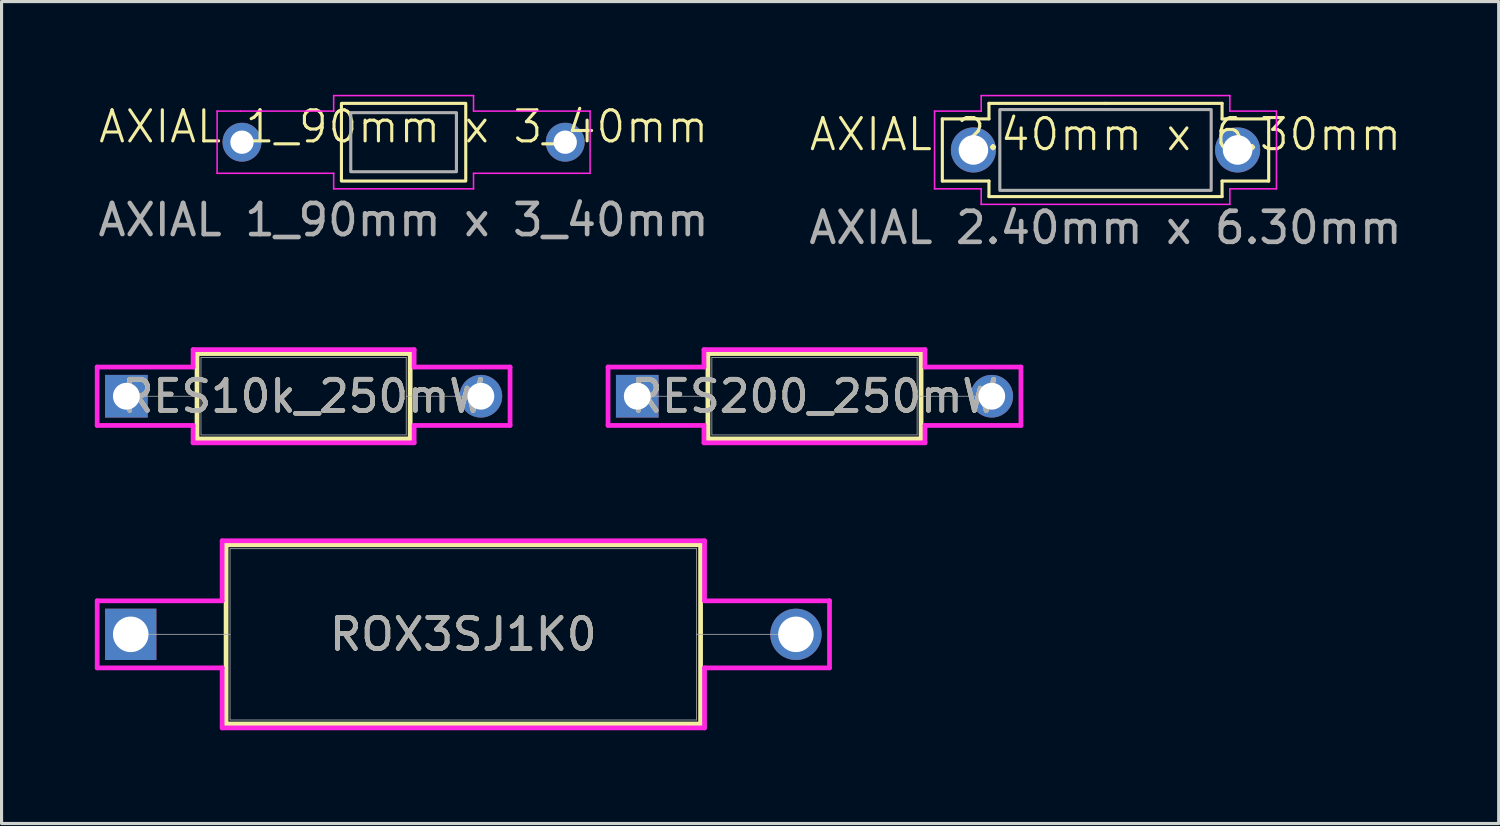
<source format=kicad_pcb>
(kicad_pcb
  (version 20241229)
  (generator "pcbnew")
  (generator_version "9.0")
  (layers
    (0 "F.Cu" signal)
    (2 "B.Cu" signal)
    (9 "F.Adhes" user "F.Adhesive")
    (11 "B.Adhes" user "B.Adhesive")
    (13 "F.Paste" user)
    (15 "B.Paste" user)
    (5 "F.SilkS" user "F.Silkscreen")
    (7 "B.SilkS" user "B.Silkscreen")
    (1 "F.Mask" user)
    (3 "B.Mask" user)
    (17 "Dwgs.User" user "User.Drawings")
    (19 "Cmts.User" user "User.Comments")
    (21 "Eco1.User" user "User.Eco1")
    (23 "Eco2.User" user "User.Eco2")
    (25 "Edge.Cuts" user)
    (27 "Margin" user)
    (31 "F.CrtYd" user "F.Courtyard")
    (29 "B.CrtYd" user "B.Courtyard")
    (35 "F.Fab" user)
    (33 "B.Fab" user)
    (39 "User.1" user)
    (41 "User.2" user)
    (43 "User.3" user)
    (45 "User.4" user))
  (footprint "RES10k_250mW"
    (layer "F.Cu")
    (at 1.016 9.698)
    (property "Reference" "RES10k_250mW" (at 5.702 0 0) (unlocked yes) (layer "F.SilkS") (effects (font (size 1 1) (thickness 0.15))))
    (attr through_hole)
    (fp_line (start 2.273 -1.372) (end 2.273 1.372) (stroke (width 0.152) (type solid)) (layer "F.SilkS"))
    (fp_line (start 2.273 1.372) (end 9.131 1.372) (stroke (width 0.152) (type solid)) (layer "F.SilkS"))
    (fp_line (start 9.131 -1.372) (end 2.273 -1.372) (stroke (width 0.152) (type solid)) (layer "F.SilkS"))
    (fp_line (start 9.131 1.372) (end 9.131 -1.372) (stroke (width 0.152) (type solid)) (layer "F.SilkS"))
    (fp_line (start -0.94 -0.94) (end 2.146 -0.94) (stroke (width 0.152) (type solid)) (layer "F.CrtYd"))
    (fp_line (start -0.94 0.94) (end -0.94 -0.94) (stroke (width 0.152) (type solid)) (layer "F.CrtYd"))
    (fp_line (start 2.146 -1.499) (end 9.258 -1.499) (stroke (width 0.152) (type solid)) (layer "F.CrtYd"))
    (fp_line (start 2.146 -0.94) (end 2.146 -1.499) (stroke (width 0.152) (type solid)) (layer "F.CrtYd"))
    (fp_line (start 2.146 0.94) (end -0.94 0.94) (stroke (width 0.152) (type solid)) (layer "F.CrtYd"))
    (fp_line (start 2.146 1.499) (end 2.146 0.94) (stroke (width 0.152) (type solid)) (layer "F.CrtYd"))
    (fp_line (start 9.258 -1.499) (end 9.258 -0.94) (stroke (width 0.152) (type solid)) (layer "F.CrtYd"))
    (fp_line (start 9.258 -0.94) (end 12.344 -0.94) (stroke (width 0.152) (type solid)) (layer "F.CrtYd"))
    (fp_line (start 9.258 0.94) (end 9.258 1.499) (stroke (width 0.152) (type solid)) (layer "F.CrtYd"))
    (fp_line (start 9.258 1.499) (end 2.146 1.499) (stroke (width 0.152) (type solid)) (layer "F.CrtYd"))
    (fp_line (start 12.344 -0.94) (end 12.344 0.94) (stroke (width 0.152) (type solid)) (layer "F.CrtYd"))
    (fp_line (start 12.344 0.94) (end 9.258 0.94) (stroke (width 0.152) (type solid)) (layer "F.CrtYd"))
    (fp_line (start 0 0) (end 2.4 0) (stroke (width 0.025) (type solid)) (layer "F.Fab"))
    (fp_line (start 2.4 -1.245) (end 2.4 1.245) (stroke (width 0.025) (type solid)) (layer "F.Fab"))
    (fp_line (start 2.4 1.245) (end 9.004 1.245) (stroke (width 0.025) (type solid)) (layer "F.Fab"))
    (fp_line (start 9.004 -1.245) (end 2.4 -1.245) (stroke (width 0.025) (type solid)) (layer "F.Fab"))
    (fp_line (start 9.004 1.245) (end 9.004 -1.245) (stroke (width 0.025) (type solid)) (layer "F.Fab"))
    (fp_line (start 11.405 0) (end 9.004 0) (stroke (width 0.025) (type solid)) (layer "F.Fab"))
    (fp_text user "${REFERENCE}" (at 5.702 0 0) (unlocked yes) (layer "F.Fab") (effects (font (size 1 1) (thickness 0.15))))
    (pad "1" thru_hole rect (at 0 0) (size 1.372 1.372) (drill 0.864) (layers "*.Cu" "*.Mask"))
    (pad "2" thru_hole circle (at 11.405 0) (size 1.372 1.372) (drill 0.864) (layers "*.Cu" "*.Mask")))
  (footprint "AXIAL 2.40mm x 6.30mm"
    (layer "F.Cu")
    (at 32.518 1.775)
    (property "Reference" "AXIAL 2.40mm x 6.30mm" (at 0 -0.5 0) (unlocked yes) (layer "F.SilkS") (effects (font (size 1 1) (thickness 0.1))))
    (attr through_hole)
    (fp_line (start -5.25 -1) (end -5.25 1) (stroke (width 0.1) (type default)) (layer "F.SilkS"))
    (fp_line (start -5.25 1) (end -3.75 1) (stroke (width 0.1) (type default)) (layer "F.SilkS"))
    (fp_line (start -3.75 -1.5) (end -3.75 -1) (stroke (width 0.1) (type default)) (layer "F.SilkS"))
    (fp_line (start -3.75 -1) (end -5.25 -1) (stroke (width 0.1) (type default)) (layer "F.SilkS"))
    (fp_line (start -3.75 1) (end -3.75 1.5) (stroke (width 0.1) (type default)) (layer "F.SilkS"))
    (fp_line (start -3.75 1.5) (end 3.75 1.5) (stroke (width 0.1) (type default)) (layer "F.SilkS"))
    (fp_line (start 0 -1.5) (end -3.75 -1.5) (stroke (width 0.1) (type default)) (layer "F.SilkS"))
    (fp_line (start 3.75 -1.5) (end 0 -1.5) (stroke (width 0.1) (type default)) (layer "F.SilkS"))
    (fp_line (start 3.75 -1) (end 3.75 -1.5) (stroke (width 0.1) (type default)) (layer "F.SilkS"))
    (fp_line (start 3.75 1) (end 5.25 1) (stroke (width 0.1) (type default)) (layer "F.SilkS"))
    (fp_line (start 3.75 1.5) (end 3.75 1) (stroke (width 0.1) (type default)) (layer "F.SilkS"))
    (fp_line (start 5.25 -1) (end 3.75 -1) (stroke (width 0.1) (type default)) (layer "F.SilkS"))
    (fp_line (start 5.25 1) (end 5.25 -1) (stroke (width 0.1) (type default)) (layer "F.SilkS"))
    (fp_line (start -5.5 -1.25) (end -5.5 1.25) (stroke (width 0.05) (type default)) (layer "F.CrtYd"))
    (fp_line (start -5.5 1.25) (end -4 1.25) (stroke (width 0.05) (type default)) (layer "F.CrtYd"))
    (fp_line (start -4 -1.75) (end -4 -1.25) (stroke (width 0.05) (type default)) (layer "F.CrtYd"))
    (fp_line (start -4 -1.25) (end -5.5 -1.25) (stroke (width 0.05) (type default)) (layer "F.CrtYd"))
    (fp_line (start -4 1.25) (end -4 1.75) (stroke (width 0.05) (type default)) (layer "F.CrtYd"))
    (fp_line (start -4 1.75) (end 4 1.75) (stroke (width 0.05) (type default)) (layer "F.CrtYd"))
    (fp_line (start 4 -1.75) (end -4 -1.75) (stroke (width 0.05) (type default)) (layer "F.CrtYd"))
    (fp_line (start 4 -1.25) (end 4 -1.75) (stroke (width 0.05) (type default)) (layer "F.CrtYd"))
    (fp_line (start 4 1.25) (end 5.5 1.25) (stroke (width 0.05) (type default)) (layer "F.CrtYd"))
    (fp_line (start 4 1.75) (end 4 1.25) (stroke (width 0.05) (type default)) (layer "F.CrtYd"))
    (fp_line (start 5.5 -1.25) (end 4 -1.25) (stroke (width 0.05) (type default)) (layer "F.CrtYd"))
    (fp_line (start 5.5 1.25) (end 5.5 -1.25) (stroke (width 0.05) (type default)) (layer "F.CrtYd"))
    (fp_rect (start -3.4 -1.3) (end 3.4 1.3) (stroke (width 0.1) (type default)) (fill no) (layer "F.Fab"))
    (fp_text user "${REFERENCE}" (at 0 2.5 0) (unlocked yes) (layer "F.Fab") (effects (font (size 1 1) (thickness 0.15))))
    (pad "1" thru_hole circle (at -4.25 0) (size 1.45 1.45) (drill 0.95) (layers "*.Cu" "*.Mask"))
    (pad "2" thru_hole circle (at 4.25 0) (size 1.45 1.45) (drill 0.95) (layers "*.Cu" "*.Mask")))
  (footprint "AXIAL 1_90mm x 3_40mm"
    (layer "F.Cu")
    (at 9.935 1.525)
    (property "Reference" "AXIAL 1_90mm x 3_40mm" (at 0 -0.5 0) (unlocked yes) (layer "F.SilkS") (effects (font (size 1 1) (thickness 0.1))))
    (attr through_hole)
    (fp_rect (start -2 -1.25) (end 2 1.25) (stroke (width 0.1) (type default)) (fill no) (layer "F.SilkS"))
    (fp_line (start -6 -1) (end -5.25 -1) (stroke (width 0.05) (type default)) (layer "F.CrtYd"))
    (fp_line (start -6 1) (end -6 -1) (stroke (width 0.05) (type default)) (layer "F.CrtYd"))
    (fp_line (start -5.25 -1) (end -2.25 -1) (stroke (width 0.05) (type default)) (layer "F.CrtYd"))
    (fp_line (start -2.25 -1.5) (end 2.25 -1.5) (stroke (width 0.05) (type default)) (layer "F.CrtYd"))
    (fp_line (start -2.25 -1) (end -2.25 -1.5) (stroke (width 0.05) (type default)) (layer "F.CrtYd"))
    (fp_line (start -2.25 1) (end -6 1) (stroke (width 0.05) (type default)) (layer "F.CrtYd"))
    (fp_line (start -2.25 1.5) (end -2.25 1) (stroke (width 0.05) (type default)) (layer "F.CrtYd"))
    (fp_line (start 2.25 -1.5) (end 2.25 -1) (stroke (width 0.05) (type default)) (layer "F.CrtYd"))
    (fp_line (start 2.25 -1) (end 6 -1) (stroke (width 0.05) (type default)) (layer "F.CrtYd"))
    (fp_line (start 2.25 1) (end 2.25 1.5) (stroke (width 0.05) (type default)) (layer "F.CrtYd"))
    (fp_line (start 2.25 1.5) (end -2.25 1.5) (stroke (width 0.05) (type default)) (layer "F.CrtYd"))
    (fp_line (start 6 -1) (end 6 1) (stroke (width 0.05) (type default)) (layer "F.CrtYd"))
    (fp_line (start 6 1) (end 2.25 1) (stroke (width 0.05) (type default)) (layer "F.CrtYd"))
    (fp_rect (start -1.7 -0.95) (end 1.7 0.95) (stroke (width 0.1) (type default)) (fill no) (layer "F.Fab"))
    (fp_text user "${REFERENCE}" (at 0 2.5 0) (unlocked yes) (layer "F.Fab") (effects (font (size 1 1) (thickness 0.15))))
    (pad "1" thru_hole circle (at -5.2 0) (size 1.25 1.25) (drill 0.75) (layers "*.Cu" "*.Mask"))
    (pad "2" thru_hole circle (at 5.2 0) (size 1.25 1.25) (drill 0.75) (layers "*.Cu" "*.Mask")))
  (footprint "ROX3SJ1K0"
    (layer "F.Cu")
    (at 1.156 17.359)
    (property "Reference" "ROX3SJ1K0" (at 10.701 0 0) (unlocked yes) (layer "F.SilkS") (effects (font (size 1 1) (thickness 0.15))))
    (attr through_hole)
    (fp_line (start 3.068 -2.883) (end 3.068 2.883) (stroke (width 0.152) (type solid)) (layer "F.SilkS"))
    (fp_line (start 3.068 2.883) (end 18.334 2.883) (stroke (width 0.152) (type solid)) (layer "F.SilkS"))
    (fp_line (start 18.334 -2.883) (end 3.068 -2.883) (stroke (width 0.152) (type solid)) (layer "F.SilkS"))
    (fp_line (start 18.334 2.883) (end 18.334 -2.883) (stroke (width 0.152) (type solid)) (layer "F.SilkS"))
    (fp_line (start -1.079 -1.079) (end 2.941 -1.079) (stroke (width 0.152) (type solid)) (layer "F.CrtYd"))
    (fp_line (start -1.079 1.079) (end -1.079 -1.079) (stroke (width 0.152) (type solid)) (layer "F.CrtYd"))
    (fp_line (start 2.941 -3.01) (end 18.461 -3.01) (stroke (width 0.152) (type solid)) (layer "F.CrtYd"))
    (fp_line (start 2.941 -1.079) (end 2.941 -3.01) (stroke (width 0.152) (type solid)) (layer "F.CrtYd"))
    (fp_line (start 2.941 1.079) (end -1.079 1.079) (stroke (width 0.152) (type solid)) (layer "F.CrtYd"))
    (fp_line (start 2.941 3.01) (end 2.941 1.079) (stroke (width 0.152) (type solid)) (layer "F.CrtYd"))
    (fp_line (start 18.461 -3.01) (end 18.461 -1.079) (stroke (width 0.152) (type solid)) (layer "F.CrtYd"))
    (fp_line (start 18.461 -1.079) (end 22.482 -1.079) (stroke (width 0.152) (type solid)) (layer "F.CrtYd"))
    (fp_line (start 18.461 1.079) (end 18.461 3.01) (stroke (width 0.152) (type solid)) (layer "F.CrtYd"))
    (fp_line (start 18.461 3.01) (end 2.941 3.01) (stroke (width 0.152) (type solid)) (layer "F.CrtYd"))
    (fp_line (start 22.482 -1.079) (end 22.482 1.079) (stroke (width 0.152) (type solid)) (layer "F.CrtYd"))
    (fp_line (start 22.482 1.079) (end 18.461 1.079) (stroke (width 0.152) (type solid)) (layer "F.CrtYd"))
    (fp_line (start 0 0) (end 3.195 0) (stroke (width 0.025) (type solid)) (layer "F.Fab"))
    (fp_line (start 3.195 -2.756) (end 3.195 2.756) (stroke (width 0.025) (type solid)) (layer "F.Fab"))
    (fp_line (start 3.195 2.756) (end 18.207 2.756) (stroke (width 0.025) (type solid)) (layer "F.Fab"))
    (fp_line (start 18.207 -2.756) (end 3.195 -2.756) (stroke (width 0.025) (type solid)) (layer "F.Fab"))
    (fp_line (start 18.207 2.756) (end 18.207 -2.756) (stroke (width 0.025) (type solid)) (layer "F.Fab"))
    (fp_line (start 21.402 0) (end 18.207 0) (stroke (width 0.025) (type solid)) (layer "F.Fab"))
    (fp_text user "${REFERENCE}" (at 10.701 0 0) (unlocked yes) (layer "F.Fab") (effects (font (size 1 1) (thickness 0.15))))
    (pad "1" thru_hole rect (at 0 0) (size 1.651 1.651) (drill 1.143) (layers "*.Cu" "*.Mask"))
    (pad "2" thru_hole circle (at 21.402 0) (size 1.651 1.651) (drill 1.143) (layers "*.Cu" "*.Mask")))
  (footprint "RES200_250mW"
    (layer "F.Cu")
    (at 17.453 9.698)
    (property "Reference" "RES200_250mW" (at 5.702 0 0) (unlocked yes) (layer "F.SilkS") (effects (font (size 1 1) (thickness 0.15))))
    (attr through_hole)
    (fp_line (start 2.273 -1.372) (end 2.273 1.372) (stroke (width 0.152) (type solid)) (layer "F.SilkS"))
    (fp_line (start 2.273 1.372) (end 9.131 1.372) (stroke (width 0.152) (type solid)) (layer "F.SilkS"))
    (fp_line (start 9.131 -1.372) (end 2.273 -1.372) (stroke (width 0.152) (type solid)) (layer "F.SilkS"))
    (fp_line (start 9.131 1.372) (end 9.131 -1.372) (stroke (width 0.152) (type solid)) (layer "F.SilkS"))
    (fp_line (start -0.94 -0.94) (end 2.146 -0.94) (stroke (width 0.152) (type solid)) (layer "F.CrtYd"))
    (fp_line (start -0.94 0.94) (end -0.94 -0.94) (stroke (width 0.152) (type solid)) (layer "F.CrtYd"))
    (fp_line (start 2.146 -1.499) (end 9.258 -1.499) (stroke (width 0.152) (type solid)) (layer "F.CrtYd"))
    (fp_line (start 2.146 -0.94) (end 2.146 -1.499) (stroke (width 0.152) (type solid)) (layer "F.CrtYd"))
    (fp_line (start 2.146 0.94) (end -0.94 0.94) (stroke (width 0.152) (type solid)) (layer "F.CrtYd"))
    (fp_line (start 2.146 1.499) (end 2.146 0.94) (stroke (width 0.152) (type solid)) (layer "F.CrtYd"))
    (fp_line (start 9.258 -1.499) (end 9.258 -0.94) (stroke (width 0.152) (type solid)) (layer "F.CrtYd"))
    (fp_line (start 9.258 -0.94) (end 12.344 -0.94) (stroke (width 0.152) (type solid)) (layer "F.CrtYd"))
    (fp_line (start 9.258 0.94) (end 9.258 1.499) (stroke (width 0.152) (type solid)) (layer "F.CrtYd"))
    (fp_line (start 9.258 1.499) (end 2.146 1.499) (stroke (width 0.152) (type solid)) (layer "F.CrtYd"))
    (fp_line (start 12.344 -0.94) (end 12.344 0.94) (stroke (width 0.152) (type solid)) (layer "F.CrtYd"))
    (fp_line (start 12.344 0.94) (end 9.258 0.94) (stroke (width 0.152) (type solid)) (layer "F.CrtYd"))
    (fp_line (start 0 0) (end 2.4 0) (stroke (width 0.025) (type solid)) (layer "F.Fab"))
    (fp_line (start 2.4 -1.245) (end 2.4 1.245) (stroke (width 0.025) (type solid)) (layer "F.Fab"))
    (fp_line (start 2.4 1.245) (end 9.004 1.245) (stroke (width 0.025) (type solid)) (layer "F.Fab"))
    (fp_line (start 9.004 -1.245) (end 2.4 -1.245) (stroke (width 0.025) (type solid)) (layer "F.Fab"))
    (fp_line (start 9.004 1.245) (end 9.004 -1.245) (stroke (width 0.025) (type solid)) (layer "F.Fab"))
    (fp_line (start 11.405 0) (end 9.004 0) (stroke (width 0.025) (type solid)) (layer "F.Fab"))
    (fp_text user "${REFERENCE}" (at 5.702 0 0) (unlocked yes) (layer "F.Fab") (effects (font (size 1 1) (thickness 0.15))))
    (pad "1" thru_hole rect (at 0 0) (size 1.372 1.372) (drill 0.864) (layers "*.Cu" "*.Mask"))
    (pad "2" thru_hole circle (at 11.405 0) (size 1.372 1.372) (drill 0.864) (layers "*.Cu" "*.Mask")))
  (gr_rect
    (start -3 -3)
    (end 45.167 23.445)
    (stroke (width 0.1) (type default))
    (fill no)
    (layer "Edge.Cuts")))
</source>
